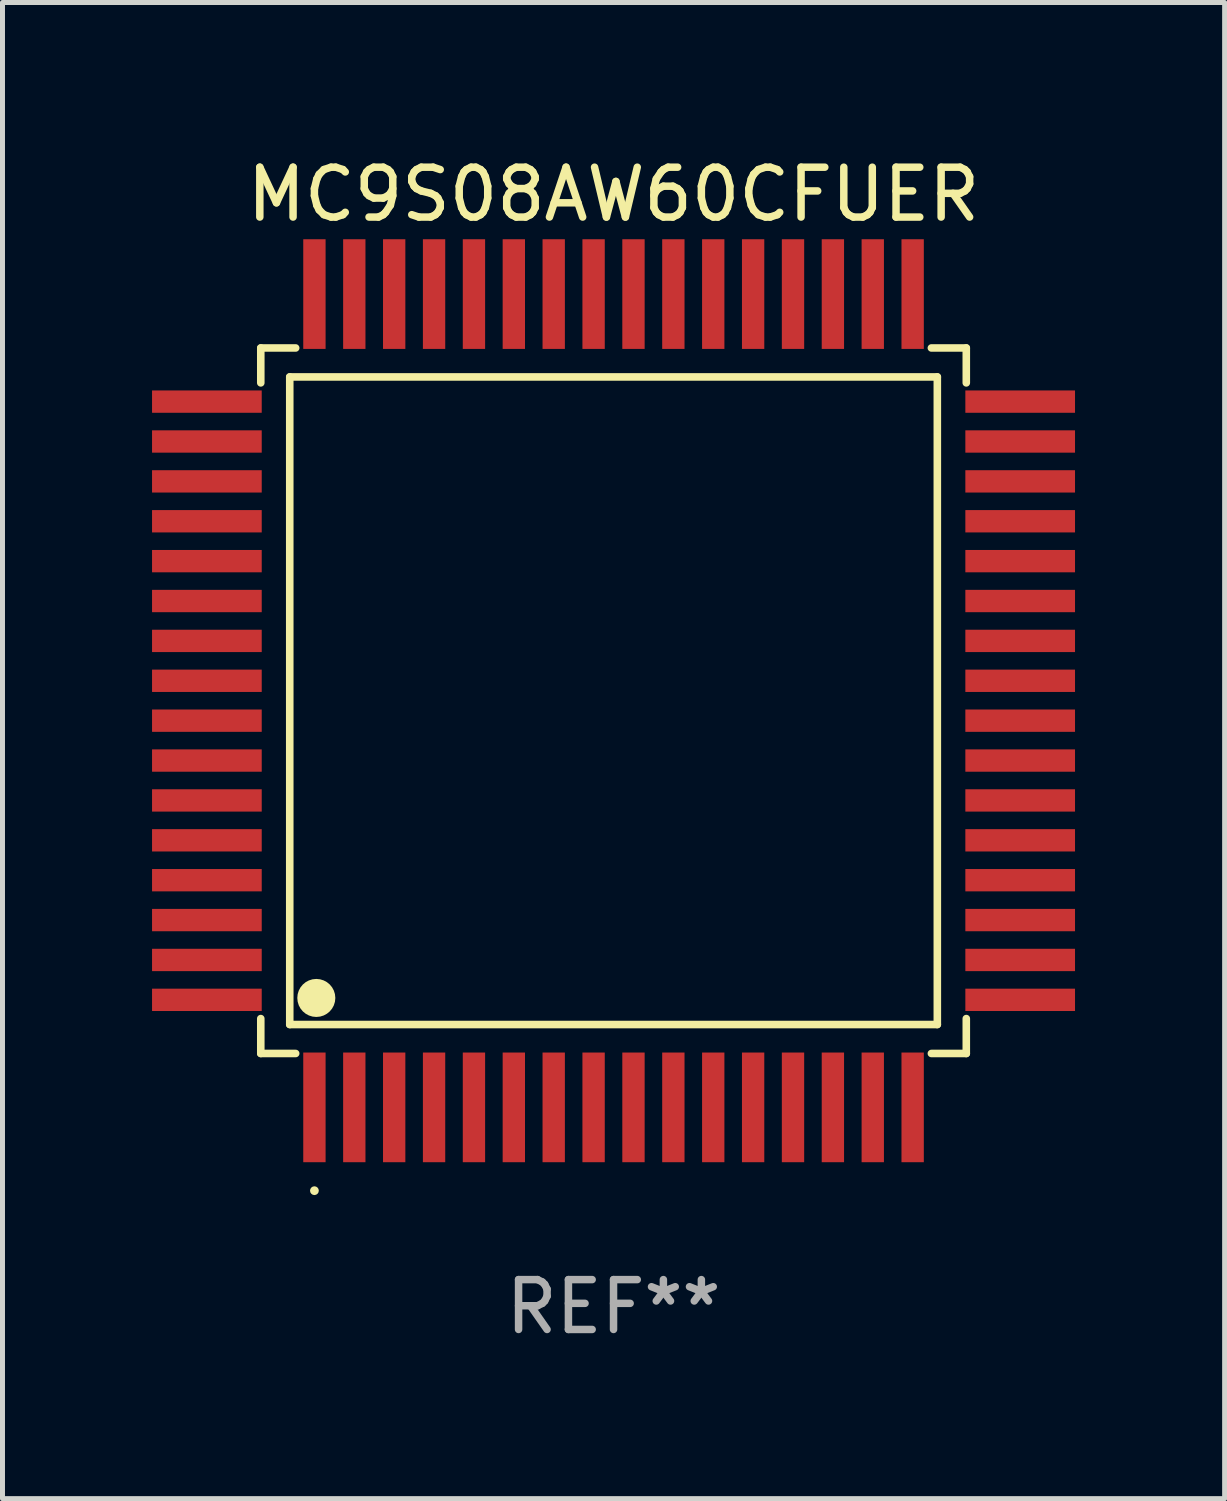
<source format=kicad_pcb>
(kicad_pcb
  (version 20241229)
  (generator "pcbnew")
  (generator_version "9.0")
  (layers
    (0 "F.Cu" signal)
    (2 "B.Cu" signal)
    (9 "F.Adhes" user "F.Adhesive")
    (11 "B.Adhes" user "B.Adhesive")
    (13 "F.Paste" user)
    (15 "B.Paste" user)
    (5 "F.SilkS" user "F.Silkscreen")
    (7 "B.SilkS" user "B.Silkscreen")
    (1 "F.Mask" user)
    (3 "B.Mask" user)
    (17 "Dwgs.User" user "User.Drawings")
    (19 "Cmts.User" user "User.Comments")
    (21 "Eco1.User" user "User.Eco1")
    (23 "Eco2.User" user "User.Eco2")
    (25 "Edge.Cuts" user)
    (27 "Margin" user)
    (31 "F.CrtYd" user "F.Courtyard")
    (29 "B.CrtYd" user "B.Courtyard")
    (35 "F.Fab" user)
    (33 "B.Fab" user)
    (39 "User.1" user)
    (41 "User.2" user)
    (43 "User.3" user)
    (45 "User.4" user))
  (footprint "MC9S08AW60CFUER"
    (layer "F.Cu")
    (at 9.257 11.006)
    (property "Reference" "MC9S08AW60CFUER" (at 0 -10.157 0) (layer "F.SilkS") (effects (font (size 1 1) (thickness 0.15))))
    (attr through_hole)
    (fp_line (start -7.076 -7.076) (end -7.076 -6.376) (stroke (width 0.152) (type solid)) (layer "F.SilkS"))
    (fp_line (start -7.076 7.076) (end -7.076 6.376) (stroke (width 0.152) (type solid)) (layer "F.SilkS"))
    (fp_line (start -6.495 -6.495) (end 6.495 -6.495) (stroke (width 0.152) (type solid)) (layer "F.SilkS"))
    (fp_line (start -6.495 6.495) (end -6.495 -6.495) (stroke (width 0.152) (type solid)) (layer "F.SilkS"))
    (fp_line (start -6.376 -7.076) (end -7.076 -7.076) (stroke (width 0.152) (type solid)) (layer "F.SilkS"))
    (fp_line (start -6.376 7.076) (end -7.076 7.076) (stroke (width 0.152) (type solid)) (layer "F.SilkS"))
    (fp_line (start 6.376 -7.076) (end 7.076 -7.076) (stroke (width 0.152) (type solid)) (layer "F.SilkS"))
    (fp_line (start 6.376 7.076) (end 7.076 7.076) (stroke (width 0.152) (type solid)) (layer "F.SilkS"))
    (fp_line (start 6.495 -6.495) (end 6.495 6.495) (stroke (width 0.152) (type solid)) (layer "F.SilkS"))
    (fp_line (start 6.495 6.495) (end -6.495 6.495) (stroke (width 0.152) (type solid)) (layer "F.SilkS"))
    (fp_line (start 7.076 -7.076) (end 7.076 -6.376) (stroke (width 0.152) (type solid)) (layer "F.SilkS"))
    (fp_line (start 7.076 7.076) (end 7.076 6.376) (stroke (width 0.152) (type solid)) (layer "F.SilkS"))
    (fp_circle (center -6 9.828) (end -5.956 9.828) (stroke (width 0.088) (type solid)) (fill no) (layer "F.SilkS"))
    (fp_circle (center -5.962 5.962) (end -5.771 5.962) (stroke (width 0.381) (type solid)) (fill no) (layer "F.SilkS"))
    (fp_text user "REF**" (at 0 12.157 0) (layer "F.Fab") (effects (font (size 1 1) (thickness 0.15))))
    (pad "1" smd rect (at -6 8.157 90) (size 2.2 0.448) (layers "F.Cu" "F.Mask" "F.Paste"))
    (pad "2" smd rect (at -5.2 8.157 90) (size 2.2 0.448) (layers "F.Cu" "F.Mask" "F.Paste"))
    (pad "3" smd rect (at -4.4 8.157 90) (size 2.2 0.448) (layers "F.Cu" "F.Mask" "F.Paste"))
    (pad "4" smd rect (at -3.6 8.157 90) (size 2.2 0.448) (layers "F.Cu" "F.Mask" "F.Paste"))
    (pad "5" smd rect (at -2.8 8.157 90) (size 2.2 0.448) (layers "F.Cu" "F.Mask" "F.Paste"))
    (pad "6" smd rect (at -2 8.157 90) (size 2.2 0.448) (layers "F.Cu" "F.Mask" "F.Paste"))
    (pad "7" smd rect (at -1.2 8.157 90) (size 2.2 0.448) (layers "F.Cu" "F.Mask" "F.Paste"))
    (pad "8" smd rect (at -0.4 8.157 90) (size 2.2 0.448) (layers "F.Cu" "F.Mask" "F.Paste"))
    (pad "9" smd rect (at 0.4 8.157 90) (size 2.2 0.448) (layers "F.Cu" "F.Mask" "F.Paste"))
    (pad "10" smd rect (at 1.2 8.157 90) (size 2.2 0.448) (layers "F.Cu" "F.Mask" "F.Paste"))
    (pad "11" smd rect (at 2 8.157 90) (size 2.2 0.448) (layers "F.Cu" "F.Mask" "F.Paste"))
    (pad "12" smd rect (at 2.8 8.157 90) (size 2.2 0.448) (layers "F.Cu" "F.Mask" "F.Paste"))
    (pad "13" smd rect (at 3.6 8.157 90) (size 2.2 0.448) (layers "F.Cu" "F.Mask" "F.Paste"))
    (pad "14" smd rect (at 4.4 8.157 90) (size 2.2 0.448) (layers "F.Cu" "F.Mask" "F.Paste"))
    (pad "15" smd rect (at 5.2 8.157 90) (size 2.2 0.448) (layers "F.Cu" "F.Mask" "F.Paste"))
    (pad "16" smd rect (at 6 8.157 90) (size 2.2 0.448) (layers "F.Cu" "F.Mask" "F.Paste"))
    (pad "17" smd rect (at 8.157 6 90) (size 0.448 2.2) (layers "F.Cu" "F.Mask" "F.Paste"))
    (pad "18" smd rect (at 8.157 5.2 90) (size 0.448 2.2) (layers "F.Cu" "F.Mask" "F.Paste"))
    (pad "19" smd rect (at 8.157 4.4 90) (size 0.448 2.2) (layers "F.Cu" "F.Mask" "F.Paste"))
    (pad "20" smd rect (at 8.157 3.6 90) (size 0.448 2.2) (layers "F.Cu" "F.Mask" "F.Paste"))
    (pad "21" smd rect (at 8.157 2.8 90) (size 0.448 2.2) (layers "F.Cu" "F.Mask" "F.Paste"))
    (pad "22" smd rect (at 8.157 2 90) (size 0.448 2.2) (layers "F.Cu" "F.Mask" "F.Paste"))
    (pad "23" smd rect (at 8.157 1.2 90) (size 0.448 2.2) (layers "F.Cu" "F.Mask" "F.Paste"))
    (pad "24" smd rect (at 8.157 0.4 90) (size 0.448 2.2) (layers "F.Cu" "F.Mask" "F.Paste"))
    (pad "25" smd rect (at 8.157 -0.4 90) (size 0.448 2.2) (layers "F.Cu" "F.Mask" "F.Paste"))
    (pad "26" smd rect (at 8.157 -1.2 90) (size 0.448 2.2) (layers "F.Cu" "F.Mask" "F.Paste"))
    (pad "27" smd rect (at 8.157 -2 90) (size 0.448 2.2) (layers "F.Cu" "F.Mask" "F.Paste"))
    (pad "28" smd rect (at 8.157 -2.8 90) (size 0.448 2.2) (layers "F.Cu" "F.Mask" "F.Paste"))
    (pad "29" smd rect (at 8.157 -3.6 90) (size 0.448 2.2) (layers "F.Cu" "F.Mask" "F.Paste"))
    (pad "30" smd rect (at 8.157 -4.4 90) (size 0.448 2.2) (layers "F.Cu" "F.Mask" "F.Paste"))
    (pad "31" smd rect (at 8.157 -5.2 90) (size 0.448 2.2) (layers "F.Cu" "F.Mask" "F.Paste"))
    (pad "32" smd rect (at 8.157 -6 90) (size 0.448 2.2) (layers "F.Cu" "F.Mask" "F.Paste"))
    (pad "33" smd rect (at 6 -8.157 90) (size 2.2 0.448) (layers "F.Cu" "F.Mask" "F.Paste"))
    (pad "34" smd rect (at 5.2 -8.157 90) (size 2.2 0.448) (layers "F.Cu" "F.Mask" "F.Paste"))
    (pad "35" smd rect (at 4.4 -8.157 90) (size 2.2 0.448) (layers "F.Cu" "F.Mask" "F.Paste"))
    (pad "36" smd rect (at 3.6 -8.157 90) (size 2.2 0.448) (layers "F.Cu" "F.Mask" "F.Paste"))
    (pad "37" smd rect (at 2.8 -8.157 90) (size 2.2 0.448) (layers "F.Cu" "F.Mask" "F.Paste"))
    (pad "38" smd rect (at 2 -8.157 90) (size 2.2 0.448) (layers "F.Cu" "F.Mask" "F.Paste"))
    (pad "39" smd rect (at 1.2 -8.157 90) (size 2.2 0.448) (layers "F.Cu" "F.Mask" "F.Paste"))
    (pad "40" smd rect (at 0.4 -8.157 90) (size 2.2 0.448) (layers "F.Cu" "F.Mask" "F.Paste"))
    (pad "41" smd rect (at -0.4 -8.157 90) (size 2.2 0.448) (layers "F.Cu" "F.Mask" "F.Paste"))
    (pad "42" smd rect (at -1.2 -8.157 90) (size 2.2 0.448) (layers "F.Cu" "F.Mask" "F.Paste"))
    (pad "43" smd rect (at -2 -8.157 90) (size 2.2 0.448) (layers "F.Cu" "F.Mask" "F.Paste"))
    (pad "44" smd rect (at -2.8 -8.157 90) (size 2.2 0.448) (layers "F.Cu" "F.Mask" "F.Paste"))
    (pad "45" smd rect (at -3.6 -8.157 90) (size 2.2 0.448) (layers "F.Cu" "F.Mask" "F.Paste"))
    (pad "46" smd rect (at -4.4 -8.157 90) (size 2.2 0.448) (layers "F.Cu" "F.Mask" "F.Paste"))
    (pad "47" smd rect (at -5.2 -8.157 90) (size 2.2 0.448) (layers "F.Cu" "F.Mask" "F.Paste"))
    (pad "48" smd rect (at -6 -8.157 90) (size 2.2 0.448) (layers "F.Cu" "F.Mask" "F.Paste"))
    (pad "49" smd rect (at -8.157 -6 90) (size 0.448 2.2) (layers "F.Cu" "F.Mask" "F.Paste"))
    (pad "50" smd rect (at -8.157 -5.2 90) (size 0.448 2.2) (layers "F.Cu" "F.Mask" "F.Paste"))
    (pad "51" smd rect (at -8.157 -4.4 90) (size 0.448 2.2) (layers "F.Cu" "F.Mask" "F.Paste"))
    (pad "52" smd rect (at -8.157 -3.6 90) (size 0.448 2.2) (layers "F.Cu" "F.Mask" "F.Paste"))
    (pad "53" smd rect (at -8.157 -2.8 90) (size 0.448 2.2) (layers "F.Cu" "F.Mask" "F.Paste"))
    (pad "54" smd rect (at -8.157 -2 90) (size 0.448 2.2) (layers "F.Cu" "F.Mask" "F.Paste"))
    (pad "55" smd rect (at -8.157 -1.2 90) (size 0.448 2.2) (layers "F.Cu" "F.Mask" "F.Paste"))
    (pad "56" smd rect (at -8.157 -0.4 90) (size 0.448 2.2) (layers "F.Cu" "F.Mask" "F.Paste"))
    (pad "57" smd rect (at -8.157 0.4 90) (size 0.448 2.2) (layers "F.Cu" "F.Mask" "F.Paste"))
    (pad "58" smd rect (at -8.157 1.2 90) (size 0.448 2.2) (layers "F.Cu" "F.Mask" "F.Paste"))
    (pad "59" smd rect (at -8.157 2 90) (size 0.448 2.2) (layers "F.Cu" "F.Mask" "F.Paste"))
    (pad "60" smd rect (at -8.157 2.8 90) (size 0.448 2.2) (layers "F.Cu" "F.Mask" "F.Paste"))
    (pad "61" smd rect (at -8.157 3.6 90) (size 0.448 2.2) (layers "F.Cu" "F.Mask" "F.Paste"))
    (pad "62" smd rect (at -8.157 4.4 90) (size 0.448 2.2) (layers "F.Cu" "F.Mask" "F.Paste"))
    (pad "63" smd rect (at -8.157 5.2 90) (size 0.448 2.2) (layers "F.Cu" "F.Mask" "F.Paste"))
    (pad "64" smd rect (at -8.157 6 90) (size 0.448 2.2) (layers "F.Cu" "F.Mask" "F.Paste")))
  (gr_rect
    (start -3 -3)
    (end 21.515 27.011)
    (stroke (width 0.1) (type default))
    (fill no)
    (layer "Edge.Cuts")))
</source>
